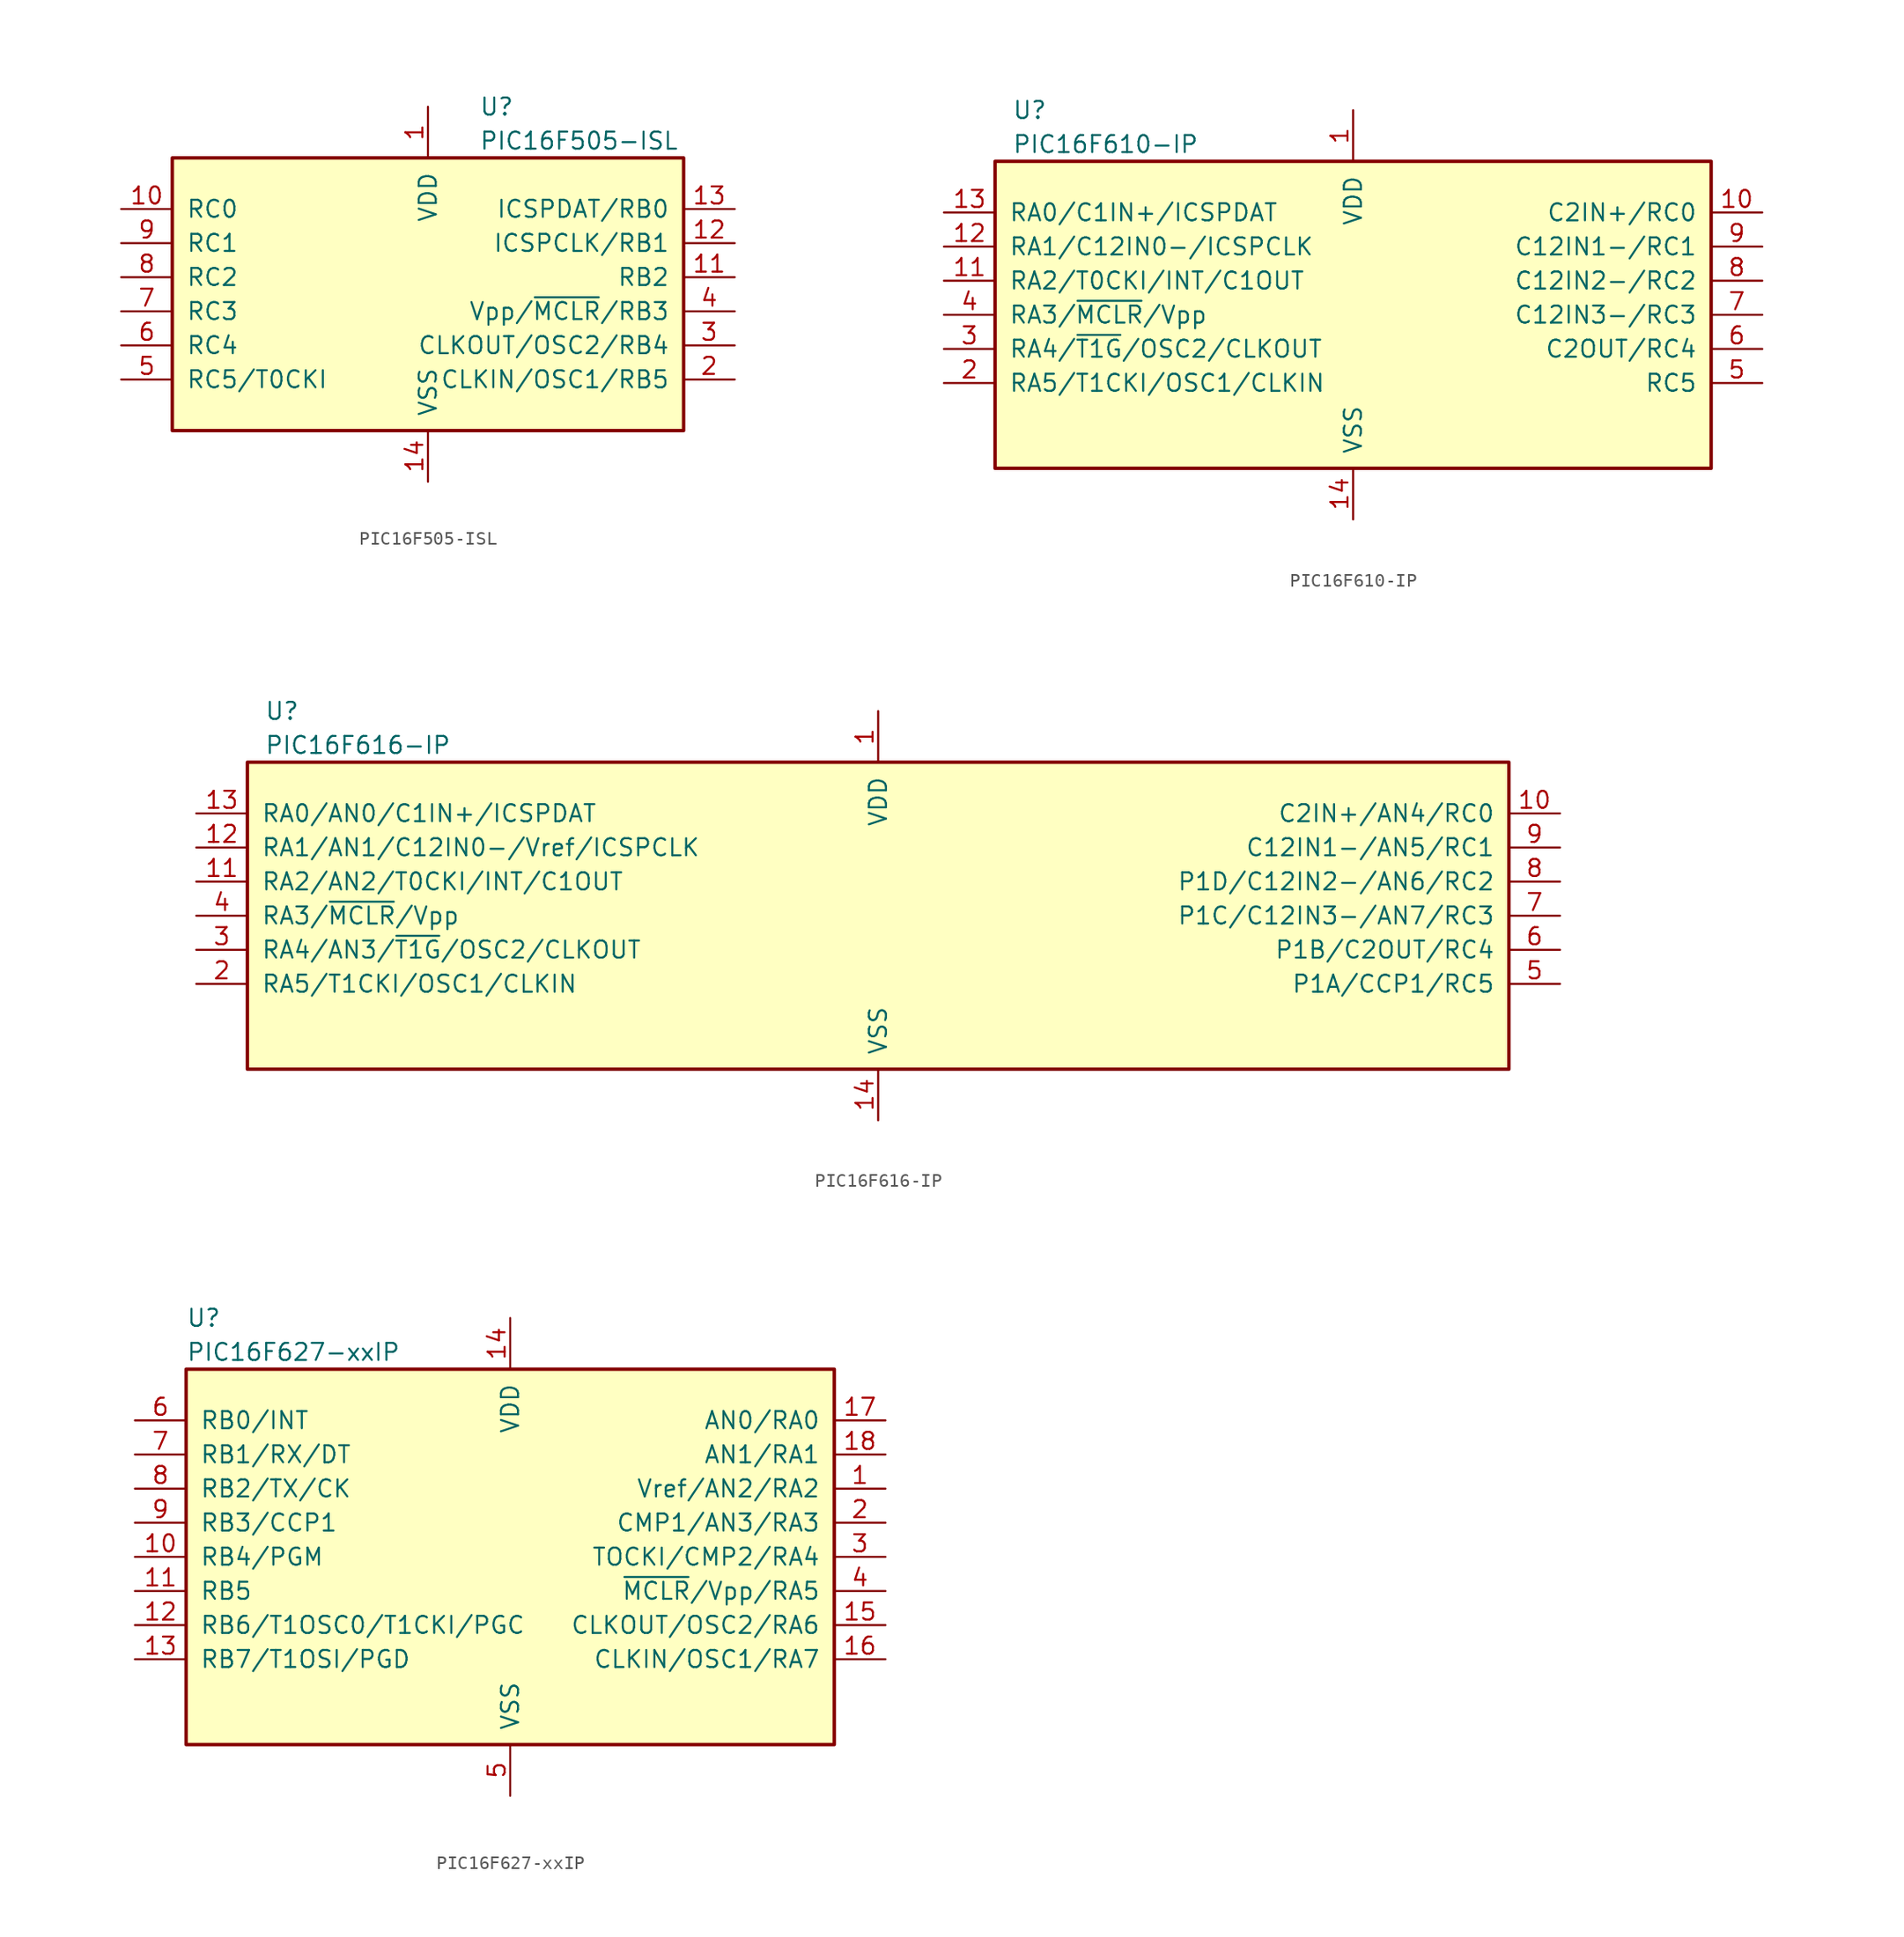
<source format=kicad_sym>
(kicad_symbol_lib
  (version 20200908)
  (generator kicad_symbol_editor)
  (symbol "MCU_Microchip_PIC16:PIC16F505-ISL"
    (pin_names
      (offset 1.016))
    (property "Reference" "U"
      (at 3.81 12.7 0)
      (effects (font (size 1.27 1.27)) (justify left)))
    (property "Value" "PIC16F505-ISL"
      (at 3.81 10.16 0)
      (effects (font (size 1.27 1.27)) (justify left)))
    (symbol "PIC16F505-ISL_0_1"
      (rectangle (start -19.05 8.89) (end 19.05 -11.43) (stroke (width 0.254)) (fill (type background))))
    (symbol "PIC16F505-ISL_1_1"
      (pin power_in line (at 0 12.7 270) (length 3.81) (name "VDD" (effects (font (size 1.27 1.27)))) (number "1" (effects (font (size 1.27 1.27)))))
      (pin bidirectional line (at -22.86 5.08 0) (length 3.81) (name "RC0" (effects (font (size 1.27 1.27)))) (number "10" (effects (font (size 1.27 1.27)))))
      (pin bidirectional line (at 22.86 0 180) (length 3.81) (name "RB2" (effects (font (size 1.27 1.27)))) (number "11" (effects (font (size 1.27 1.27)))))
      (pin bidirectional line (at 22.86 2.54 180) (length 3.81) (name "ICSPCLK/RB1" (effects (font (size 1.27 1.27)))) (number "12" (effects (font (size 1.27 1.27)))))
      (pin bidirectional line (at 22.86 5.08 180) (length 3.81) (name "ICSPDAT/RB0" (effects (font (size 1.27 1.27)))) (number "13" (effects (font (size 1.27 1.27)))))
      (pin power_in line (at 0 -15.24 90) (length 3.81) (name "VSS" (effects (font (size 1.27 1.27)))) (number "14" (effects (font (size 1.27 1.27)))))
      (pin bidirectional line (at 22.86 -7.62 180) (length 3.81) (name "CLKIN/OSC1/RB5" (effects (font (size 1.27 1.27)))) (number "2" (effects (font (size 1.27 1.27)))))
      (pin bidirectional line (at 22.86 -5.08 180) (length 3.81) (name "CLKOUT/OSC2/RB4" (effects (font (size 1.27 1.27)))) (number "3" (effects (font (size 1.27 1.27)))))
      (pin input line (at 22.86 -2.54 180) (length 3.81) (name "Vpp/~MCLR~/RB3" (effects (font (size 1.27 1.27)))) (number "4" (effects (font (size 1.27 1.27)))))
      (pin bidirectional line (at -22.86 -7.62 0) (length 3.81) (name "RC5/T0CKI" (effects (font (size 1.27 1.27)))) (number "5" (effects (font (size 1.27 1.27)))))
      (pin bidirectional line (at -22.86 -5.08 0) (length 3.81) (name "RC4" (effects (font (size 1.27 1.27)))) (number "6" (effects (font (size 1.27 1.27)))))
      (pin bidirectional line (at -22.86 -2.54 0) (length 3.81) (name "RC3" (effects (font (size 1.27 1.27)))) (number "7" (effects (font (size 1.27 1.27)))))
      (pin bidirectional line (at -22.86 0 0) (length 3.81) (name "RC2" (effects (font (size 1.27 1.27)))) (number "8" (effects (font (size 1.27 1.27)))))
      (pin bidirectional line (at -22.86 2.54 0) (length 3.81) (name "RC1" (effects (font (size 1.27 1.27)))) (number "9" (effects (font (size 1.27 1.27)))))))
  (symbol "MCU_Microchip_PIC16:PIC16F610-IP"
    (pin_names
      (offset 1.016))
    (property "Reference" "U"
      (at -25.4 15.24 0)
      (effects (font (size 1.27 1.27)) (justify left)))
    (property "Value" "PIC16F610-IP"
      (at -25.4 12.7 0)
      (effects (font (size 1.27 1.27)) (justify left)))
    (symbol "PIC16F610-IP_0_1"
      (rectangle (start -26.67 11.43) (end 26.67 -11.43) (stroke (width 0.254)) (fill (type background))))
    (symbol "PIC16F610-IP_1_1"
      (pin power_in line (at 0 15.24 270) (length 3.81) (name "VDD" (effects (font (size 1.27 1.27)))) (number "1" (effects (font (size 1.27 1.27)))))
      (pin bidirectional line (at 30.48 7.62 180) (length 3.81) (name "C2IN+/RC0" (effects (font (size 1.27 1.27)))) (number "10" (effects (font (size 1.27 1.27)))))
      (pin bidirectional line (at -30.48 2.54 0) (length 3.81) (name "RA2/T0CKI/INT/C1OUT" (effects (font (size 1.27 1.27)))) (number "11" (effects (font (size 1.27 1.27)))))
      (pin bidirectional line (at -30.48 5.08 0) (length 3.81) (name "RA1/C12IN0-/ICSPCLK" (effects (font (size 1.27 1.27)))) (number "12" (effects (font (size 1.27 1.27)))))
      (pin bidirectional line (at -30.48 7.62 0) (length 3.81) (name "RA0/C1IN+/ICSPDAT" (effects (font (size 1.27 1.27)))) (number "13" (effects (font (size 1.27 1.27)))))
      (pin power_in line (at 0 -15.24 90) (length 3.81) (name "VSS" (effects (font (size 1.27 1.27)))) (number "14" (effects (font (size 1.27 1.27)))))
      (pin bidirectional line (at -30.48 -5.08 0) (length 3.81) (name "RA5/T1CKI/OSC1/CLKIN" (effects (font (size 1.27 1.27)))) (number "2" (effects (font (size 1.27 1.27)))))
      (pin bidirectional line (at -30.48 -2.54 0) (length 3.81) (name "RA4/~T1G~/OSC2/CLKOUT" (effects (font (size 1.27 1.27)))) (number "3" (effects (font (size 1.27 1.27)))))
      (pin input line (at -30.48 0 0) (length 3.81) (name "RA3/~MCLR~/Vpp" (effects (font (size 1.27 1.27)))) (number "4" (effects (font (size 1.27 1.27)))))
      (pin bidirectional line (at 30.48 -5.08 180) (length 3.81) (name "RC5" (effects (font (size 1.27 1.27)))) (number "5" (effects (font (size 1.27 1.27)))))
      (pin bidirectional line (at 30.48 -2.54 180) (length 3.81) (name "C2OUT/RC4" (effects (font (size 1.27 1.27)))) (number "6" (effects (font (size 1.27 1.27)))))
      (pin bidirectional line (at 30.48 0 180) (length 3.81) (name "C12IN3-/RC3" (effects (font (size 1.27 1.27)))) (number "7" (effects (font (size 1.27 1.27)))))
      (pin bidirectional line (at 30.48 2.54 180) (length 3.81) (name "C12IN2-/RC2" (effects (font (size 1.27 1.27)))) (number "8" (effects (font (size 1.27 1.27)))))
      (pin bidirectional line (at 30.48 5.08 180) (length 3.81) (name "C12IN1-/RC1" (effects (font (size 1.27 1.27)))) (number "9" (effects (font (size 1.27 1.27)))))))
  (symbol "MCU_Microchip_PIC16:PIC16F616-IP"
    (pin_names
      (offset 1.016))
    (property "Reference" "U"
      (at -45.72 15.24 0)
      (effects (font (size 1.27 1.27)) (justify left)))
    (property "Value" "PIC16F616-IP"
      (at -45.72 12.7 0)
      (effects (font (size 1.27 1.27)) (justify left)))
    (symbol "PIC16F616-IP_0_1"
      (rectangle (start -46.99 11.43) (end 46.99 -11.43) (stroke (width 0.254)) (fill (type background))))
    (symbol "PIC16F616-IP_1_1"
      (pin power_in line (at 0 15.24 270) (length 3.81) (name "VDD" (effects (font (size 1.27 1.27)))) (number "1" (effects (font (size 1.27 1.27)))))
      (pin bidirectional line (at 50.8 7.62 180) (length 3.81) (name "C2IN+/AN4/RC0" (effects (font (size 1.27 1.27)))) (number "10" (effects (font (size 1.27 1.27)))))
      (pin bidirectional line (at -50.8 2.54 0) (length 3.81) (name "RA2/AN2/T0CKI/INT/C1OUT" (effects (font (size 1.27 1.27)))) (number "11" (effects (font (size 1.27 1.27)))))
      (pin bidirectional line (at -50.8 5.08 0) (length 3.81) (name "RA1/AN1/C12IN0-/Vref/ICSPCLK" (effects (font (size 1.27 1.27)))) (number "12" (effects (font (size 1.27 1.27)))))
      (pin bidirectional line (at -50.8 7.62 0) (length 3.81) (name "RA0/AN0/C1IN+/ICSPDAT" (effects (font (size 1.27 1.27)))) (number "13" (effects (font (size 1.27 1.27)))))
      (pin power_in line (at 0 -15.24 90) (length 3.81) (name "VSS" (effects (font (size 1.27 1.27)))) (number "14" (effects (font (size 1.27 1.27)))))
      (pin bidirectional line (at -50.8 -5.08 0) (length 3.81) (name "RA5/T1CKI/OSC1/CLKIN" (effects (font (size 1.27 1.27)))) (number "2" (effects (font (size 1.27 1.27)))))
      (pin bidirectional line (at -50.8 -2.54 0) (length 3.81) (name "RA4/AN3/~T1G~/OSC2/CLKOUT" (effects (font (size 1.27 1.27)))) (number "3" (effects (font (size 1.27 1.27)))))
      (pin input line (at -50.8 0 0) (length 3.81) (name "RA3/~MCLR~/Vpp" (effects (font (size 1.27 1.27)))) (number "4" (effects (font (size 1.27 1.27)))))
      (pin bidirectional line (at 50.8 -5.08 180) (length 3.81) (name "P1A/CCP1/RC5" (effects (font (size 1.27 1.27)))) (number "5" (effects (font (size 1.27 1.27)))))
      (pin bidirectional line (at 50.8 -2.54 180) (length 3.81) (name "P1B/C2OUT/RC4" (effects (font (size 1.27 1.27)))) (number "6" (effects (font (size 1.27 1.27)))))
      (pin bidirectional line (at 50.8 0 180) (length 3.81) (name "P1C/C12IN3-/AN7/RC3" (effects (font (size 1.27 1.27)))) (number "7" (effects (font (size 1.27 1.27)))))
      (pin bidirectional line (at 50.8 2.54 180) (length 3.81) (name "P1D/C12IN2-/AN6/RC2" (effects (font (size 1.27 1.27)))) (number "8" (effects (font (size 1.27 1.27)))))
      (pin bidirectional line (at 50.8 5.08 180) (length 3.81) (name "C12IN1-/AN5/RC1" (effects (font (size 1.27 1.27)))) (number "9" (effects (font (size 1.27 1.27)))))))
  (symbol "MCU_Microchip_PIC16:PIC16F627-xxIP"
    (pin_names
      (offset 1.016))
    (property "Reference" "U"
      (at -24.13 17.78 0)
      (effects (font (size 1.27 1.27)) (justify left)))
    (property "Value" "PIC16F627-xxIP"
      (at -24.13 15.24 0)
      (effects (font (size 1.27 1.27)) (justify left)))
    (symbol "PIC16F627-xxIP_0_1"
      (rectangle (start 24.13 13.97) (end -24.13 -13.97) (stroke (width 0.254)) (fill (type background))))
    (symbol "PIC16F627-xxIP_1_1"
      (pin bidirectional line (at 27.94 5.08 180) (length 3.81) (name "Vref/AN2/RA2" (effects (font (size 1.27 1.27)))) (number "1" (effects (font (size 1.27 1.27)))))
      (pin bidirectional line (at -27.94 0 0) (length 3.81) (name "RB4/PGM" (effects (font (size 1.27 1.27)))) (number "10" (effects (font (size 1.27 1.27)))))
      (pin bidirectional line (at -27.94 -2.54 0) (length 3.81) (name "RB5" (effects (font (size 1.27 1.27)))) (number "11" (effects (font (size 1.27 1.27)))))
      (pin bidirectional line (at -27.94 -5.08 0) (length 3.81) (name "RB6/T1OSC0/T1CKI/PGC" (effects (font (size 1.27 1.27)))) (number "12" (effects (font (size 1.27 1.27)))))
      (pin bidirectional line (at -27.94 -7.62 0) (length 3.81) (name "RB7/T1OSI/PGD" (effects (font (size 1.27 1.27)))) (number "13" (effects (font (size 1.27 1.27)))))
      (pin power_in line (at 0 17.78 270) (length 3.81) (name "VDD" (effects (font (size 1.27 1.27)))) (number "14" (effects (font (size 1.27 1.27)))))
      (pin bidirectional line (at 27.94 -5.08 180) (length 3.81) (name "CLKOUT/OSC2/RA6" (effects (font (size 1.27 1.27)))) (number "15" (effects (font (size 1.27 1.27)))))
      (pin bidirectional line (at 27.94 -7.62 180) (length 3.81) (name "CLKIN/OSC1/RA7" (effects (font (size 1.27 1.27)))) (number "16" (effects (font (size 1.27 1.27)))))
      (pin bidirectional line (at 27.94 10.16 180) (length 3.81) (name "AN0/RA0" (effects (font (size 1.27 1.27)))) (number "17" (effects (font (size 1.27 1.27)))))
      (pin bidirectional line (at 27.94 7.62 180) (length 3.81) (name "AN1/RA1" (effects (font (size 1.27 1.27)))) (number "18" (effects (font (size 1.27 1.27)))))
      (pin bidirectional line (at 27.94 2.54 180) (length 3.81) (name "CMP1/AN3/RA3" (effects (font (size 1.27 1.27)))) (number "2" (effects (font (size 1.27 1.27)))))
      (pin bidirectional line (at 27.94 0 180) (length 3.81) (name "TOCKI/CMP2/RA4" (effects (font (size 1.27 1.27)))) (number "3" (effects (font (size 1.27 1.27)))))
      (pin input line (at 27.94 -2.54 180) (length 3.81) (name "~MCLR~/Vpp/RA5" (effects (font (size 1.27 1.27)))) (number "4" (effects (font (size 1.27 1.27)))))
      (pin power_in line (at 0 -17.78 90) (length 3.81) (name "VSS" (effects (font (size 1.27 1.27)))) (number "5" (effects (font (size 1.27 1.27)))))
      (pin bidirectional line (at -27.94 10.16 0) (length 3.81) (name "RB0/INT" (effects (font (size 1.27 1.27)))) (number "6" (effects (font (size 1.27 1.27)))))
      (pin bidirectional line (at -27.94 7.62 0) (length 3.81) (name "RB1/RX/DT" (effects (font (size 1.27 1.27)))) (number "7" (effects (font (size 1.27 1.27)))))
      (pin bidirectional line (at -27.94 5.08 0) (length 3.81) (name "RB2/TX/CK" (effects (font (size 1.27 1.27)))) (number "8" (effects (font (size 1.27 1.27)))))
      (pin bidirectional line (at -27.94 2.54 0) (length 3.81) (name "RB3/CCP1" (effects (font (size 1.27 1.27)))) (number "9" (effects (font (size 1.27 1.27))))))))
</source>
